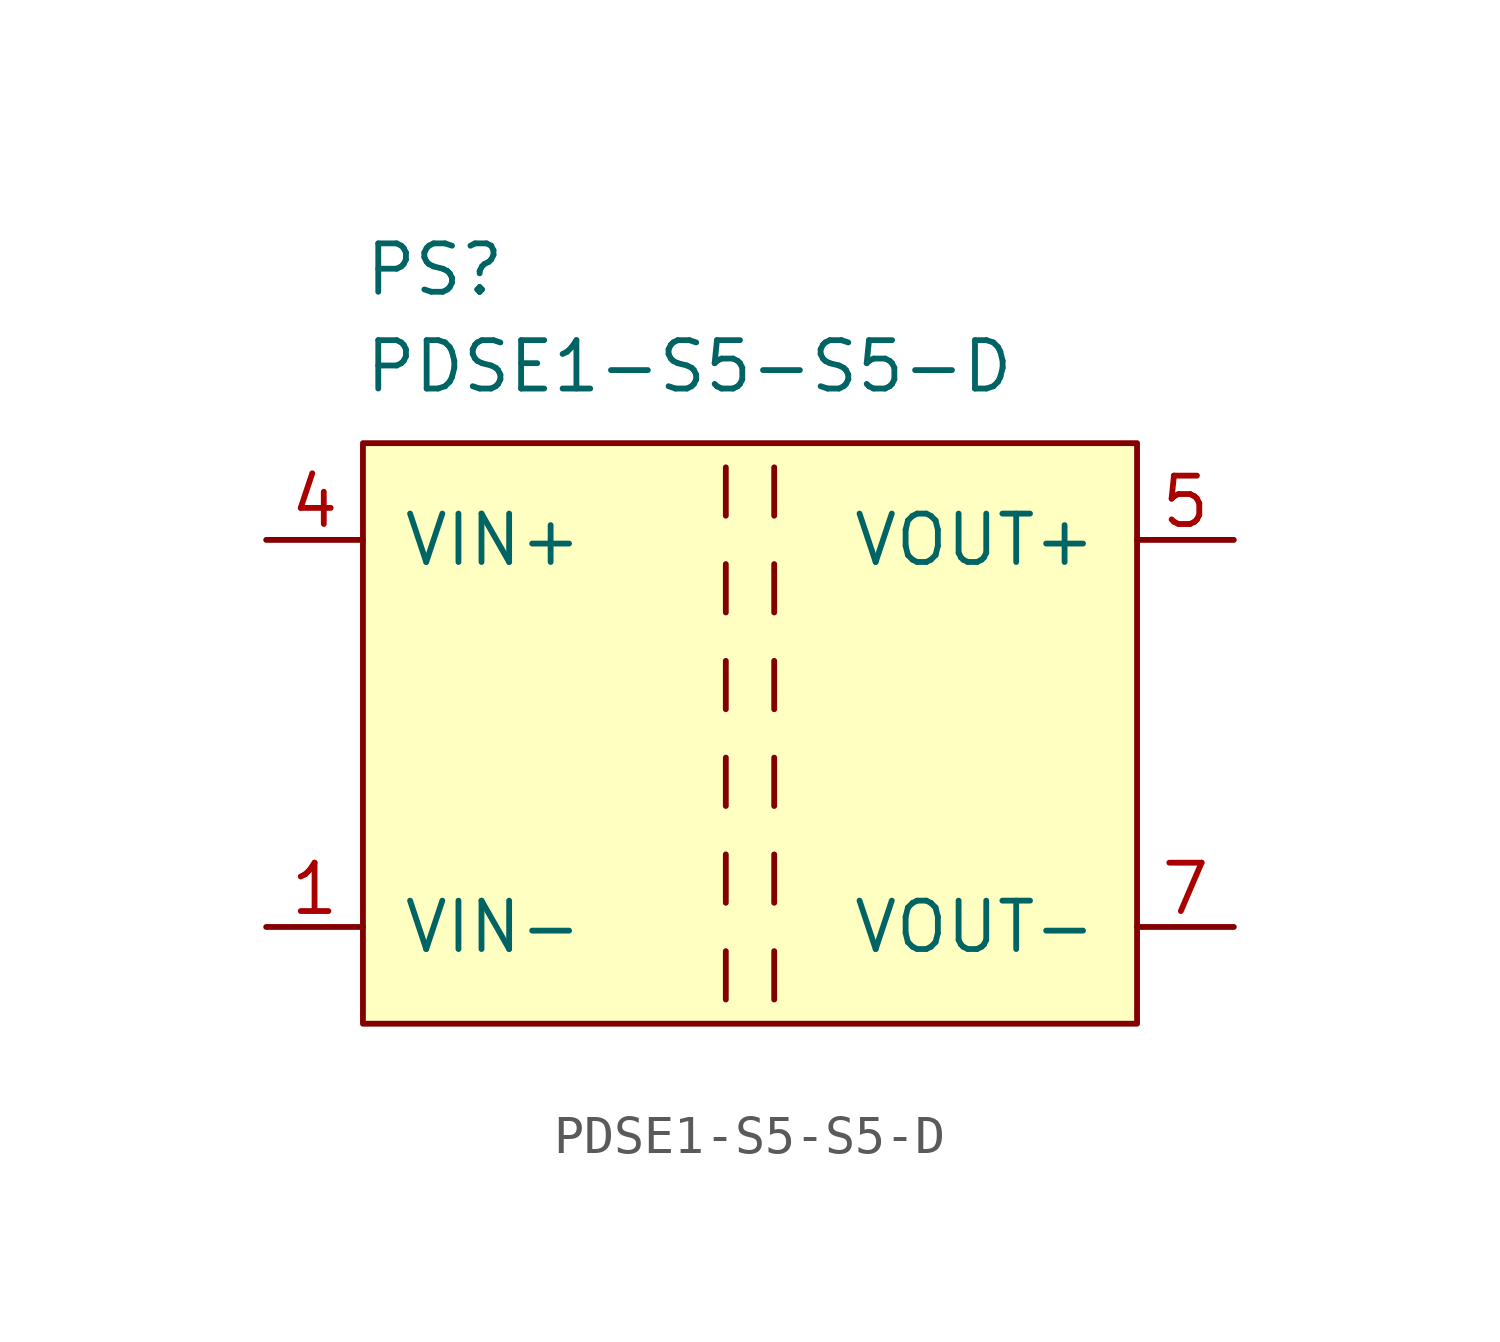
<source format=kicad_sym>
(kicad_symbol_lib
  (version 20220914)
  (generator kicad_symbol_editor)
  (symbol "PDSE1-S5-S5-D"
    (pin_names
      (offset 1.016))
    (property "Reference" "PS"
      (at -10.16 11.43 0)
      (effects (font (size 1.27 1.27)) (justify left bottom)))
    (property "Value" "PDSE1-S5-S5-D"
      (at -10.16 8.89 0)
      (effects (font (size 1.27 1.27)) (justify left bottom)))
    (symbol "PDSE1-S5-S5-D_0_1"
      (rectangle (start -10.16 7.62) (end 10.16 -7.62) (stroke (width 0) (type default)) (fill (type background)))
      (polyline (pts (xy -0.635 6.985) (xy -0.635 5.715)) (stroke (width 0) (type default)) (fill (type none))))
    (symbol "PDSE1-S5-S5-D_1_1"
      (polyline (pts (xy -0.635 -5.715) (xy -0.635 -6.985)) (stroke (width 0) (type default)) (fill (type none)))
      (polyline (pts (xy -0.635 -3.175) (xy -0.635 -4.445)) (stroke (width 0) (type default)) (fill (type none)))
      (polyline (pts (xy -0.635 -0.635) (xy -0.635 -1.905)) (stroke (width 0) (type default)) (fill (type none)))
      (polyline (pts (xy -0.635 1.905) (xy -0.635 0.635)) (stroke (width 0) (type default)) (fill (type none)))
      (polyline (pts (xy -0.635 4.445) (xy -0.635 3.175)) (stroke (width 0) (type default)) (fill (type none)))
      (polyline (pts (xy 0.635 -5.715) (xy 0.635 -6.985)) (stroke (width 0) (type default)) (fill (type none)))
      (polyline (pts (xy 0.635 -3.175) (xy 0.635 -4.445)) (stroke (width 0) (type default)) (fill (type none)))
      (polyline (pts (xy 0.635 -0.635) (xy 0.635 -1.905)) (stroke (width 0) (type default)) (fill (type none)))
      (polyline (pts (xy 0.635 1.905) (xy 0.635 0.635)) (stroke (width 0) (type default)) (fill (type none)))
      (polyline (pts (xy 0.635 4.445) (xy 0.635 3.175)) (stroke (width 0) (type default)) (fill (type none)))
      (polyline (pts (xy 0.635 6.985) (xy 0.635 5.715)) (stroke (width 0) (type default)) (fill (type none)))
      (pin power_in line (at -12.7 -5.08 0) (length 2.54) (name "VIN-" (effects (font (size 1.27 1.27)))) (number "1" (effects (font (size 1.27 1.27)))))
      (pin power_in line (at -12.7 5.08 0) (length 2.54) (name "VIN+" (effects (font (size 1.27 1.27)))) (number "4" (effects (font (size 1.27 1.27)))))
      (pin power_out line (at 12.7 5.08 180) (length 2.54) (name "VOUT+" (effects (font (size 1.27 1.27)))) (number "5" (effects (font (size 1.27 1.27)))))
      (pin power_out line (at 12.7 -5.08 180) (length 2.54) (name "VOUT-" (effects (font (size 1.27 1.27)))) (number "7" (effects (font (size 1.27 1.27))))))))
</source>
